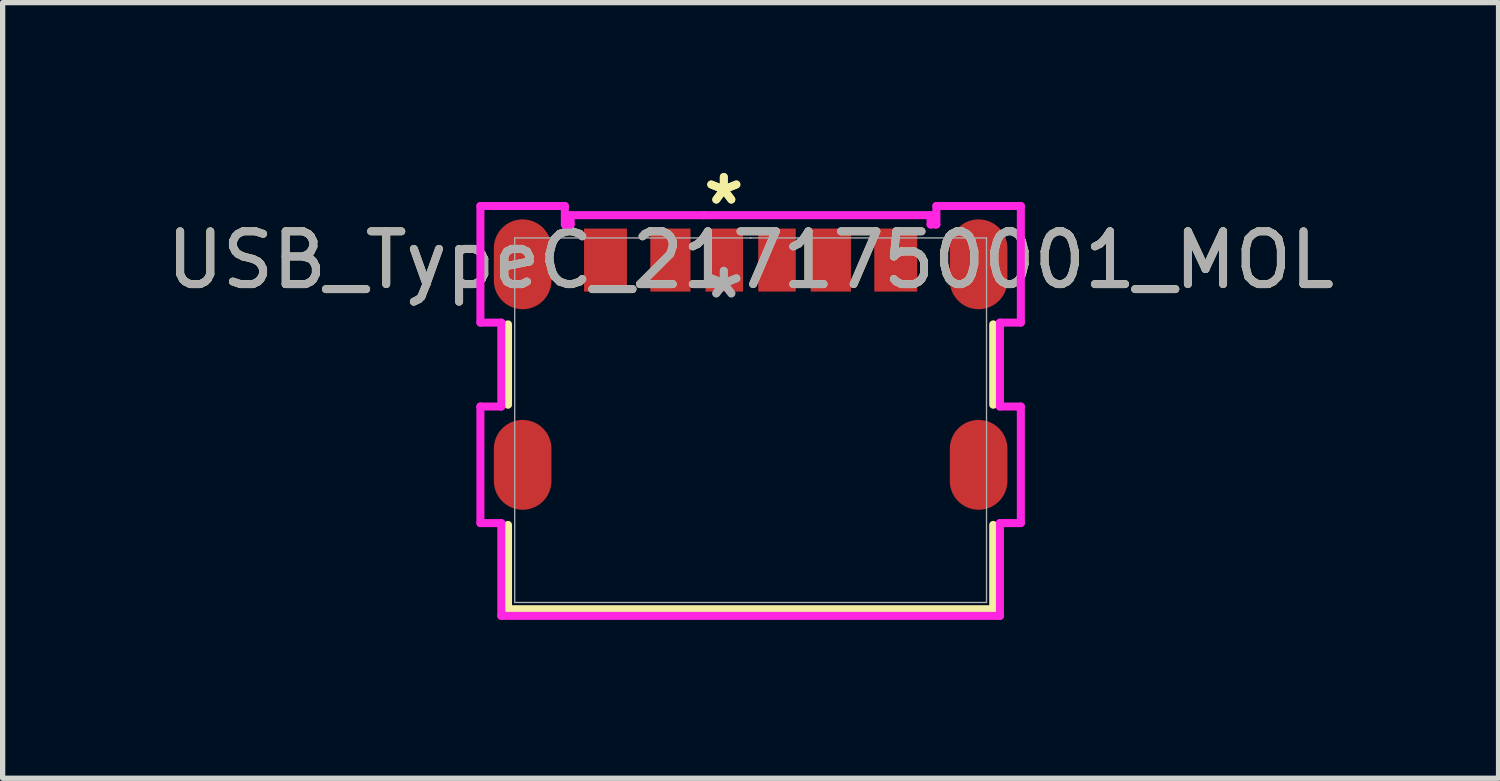
<source format=kicad_pcb>
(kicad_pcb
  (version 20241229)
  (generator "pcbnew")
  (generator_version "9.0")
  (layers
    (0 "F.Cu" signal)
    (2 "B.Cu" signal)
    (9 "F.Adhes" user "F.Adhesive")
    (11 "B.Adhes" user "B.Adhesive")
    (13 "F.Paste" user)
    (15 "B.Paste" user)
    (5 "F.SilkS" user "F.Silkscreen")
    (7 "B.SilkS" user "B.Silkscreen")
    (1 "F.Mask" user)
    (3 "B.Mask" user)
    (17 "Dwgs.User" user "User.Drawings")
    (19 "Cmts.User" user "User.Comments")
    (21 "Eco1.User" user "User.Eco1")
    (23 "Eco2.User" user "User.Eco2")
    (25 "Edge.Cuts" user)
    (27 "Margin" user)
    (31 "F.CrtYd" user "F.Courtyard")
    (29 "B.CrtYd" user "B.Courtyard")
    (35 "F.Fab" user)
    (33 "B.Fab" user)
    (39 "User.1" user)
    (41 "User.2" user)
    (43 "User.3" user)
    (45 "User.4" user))
  (footprint "USB_TypeC_2171750001_MOL"
    (layer "F.Cu")
    (at 11.173 4.912)
    (property "Reference" "USB_TypeC_2171750001_MOL" (at 0 -3.034 0) (unlocked yes) (layer "F.SilkS") (effects (font (size 1 1) (thickness 0.15))))
    (attr smd)
    (fp_line (start -4.597 -1.816) (end -4.597 -0.293) (stroke (width 0.152) (type solid)) (layer "F.SilkS"))
    (fp_line (start -4.597 1.984) (end -4.597 3.581) (stroke (width 0.152) (type solid)) (layer "F.SilkS"))
    (fp_line (start -4.597 3.581) (end 4.597 3.581) (stroke (width 0.152) (type solid)) (layer "F.SilkS"))
    (fp_line (start 4.597 -0.293) (end 4.597 -1.816) (stroke (width 0.152) (type solid)) (layer "F.SilkS"))
    (fp_line (start 4.597 3.581) (end 4.597 1.984) (stroke (width 0.152) (type solid)) (layer "F.SilkS"))
    (fp_line (start -5.12 -4.059) (end -5.12 -1.849) (stroke (width 0.152) (type solid)) (layer "F.CrtYd"))
    (fp_line (start -5.12 -1.849) (end -4.724 -1.849) (stroke (width 0.152) (type solid)) (layer "F.CrtYd"))
    (fp_line (start -5.12 -0.259) (end -5.12 1.95) (stroke (width 0.152) (type solid)) (layer "F.CrtYd"))
    (fp_line (start -5.12 1.95) (end -4.724 1.95) (stroke (width 0.152) (type solid)) (layer "F.CrtYd"))
    (fp_line (start -4.724 -1.849) (end -4.724 -0.259) (stroke (width 0.152) (type solid)) (layer "F.CrtYd"))
    (fp_line (start -4.724 -0.259) (end -5.12 -0.259) (stroke (width 0.152) (type solid)) (layer "F.CrtYd"))
    (fp_line (start -4.724 1.95) (end -4.724 3.708) (stroke (width 0.152) (type solid)) (layer "F.CrtYd"))
    (fp_line (start -4.724 3.708) (end 4.724 3.708) (stroke (width 0.152) (type solid)) (layer "F.CrtYd"))
    (fp_line (start -3.52 -4.059) (end -5.12 -4.059) (stroke (width 0.152) (type solid)) (layer "F.CrtYd"))
    (fp_line (start -3.52 -3.708) (end -3.52 -4.059) (stroke (width 0.152) (type solid)) (layer "F.CrtYd"))
    (fp_line (start -3.41 -3.885) (end -3.41 -3.708) (stroke (width 0.152) (type solid)) (layer "F.CrtYd"))
    (fp_line (start -3.41 -3.708) (end -3.52 -3.708) (stroke (width 0.152) (type solid)) (layer "F.CrtYd"))
    (fp_line (start -0.885 -3.885) (end -0.885 -3.885) (stroke (width 0.152) (type solid)) (layer "F.CrtYd"))
    (fp_line (start -0.885 -3.885) (end -3.41 -3.885) (stroke (width 0.152) (type solid)) (layer "F.CrtYd"))
    (fp_line (start 3.41 -3.885) (end -0.885 -3.885) (stroke (width 0.152) (type solid)) (layer "F.CrtYd"))
    (fp_line (start 3.41 -3.708) (end 3.41 -3.885) (stroke (width 0.152) (type solid)) (layer "F.CrtYd"))
    (fp_line (start 3.52 -4.059) (end 3.52 -3.708) (stroke (width 0.152) (type solid)) (layer "F.CrtYd"))
    (fp_line (start 3.52 -3.708) (end 3.41 -3.708) (stroke (width 0.152) (type solid)) (layer "F.CrtYd"))
    (fp_line (start 4.724 -1.849) (end 5.12 -1.849) (stroke (width 0.152) (type solid)) (layer "F.CrtYd"))
    (fp_line (start 4.724 -0.259) (end 4.724 -1.849) (stroke (width 0.152) (type solid)) (layer "F.CrtYd"))
    (fp_line (start 4.724 1.95) (end 5.12 1.95) (stroke (width 0.152) (type solid)) (layer "F.CrtYd"))
    (fp_line (start 4.724 3.708) (end 4.724 1.95) (stroke (width 0.152) (type solid)) (layer "F.CrtYd"))
    (fp_line (start 5.12 -4.059) (end 3.52 -4.059) (stroke (width 0.152) (type solid)) (layer "F.CrtYd"))
    (fp_line (start 5.12 -1.849) (end 5.12 -4.059) (stroke (width 0.152) (type solid)) (layer "F.CrtYd"))
    (fp_line (start 5.12 -0.259) (end 4.724 -0.259) (stroke (width 0.152) (type solid)) (layer "F.CrtYd"))
    (fp_line (start 5.12 1.95) (end 5.12 -0.259) (stroke (width 0.152) (type solid)) (layer "F.CrtYd"))
    (fp_line (start -4.47 -3.454) (end -4.47 3.454) (stroke (width 0.025) (type solid)) (layer "F.Fab"))
    (fp_line (start -4.47 3.454) (end 4.47 3.454) (stroke (width 0.025) (type solid)) (layer "F.Fab"))
    (fp_line (start 0 -3.454) (end 0 -3.454) (stroke (width 0.025) (type solid)) (layer "F.Fab"))
    (fp_line (start 0 -3.454) (end 0 -3.454) (stroke (width 0.025) (type solid)) (layer "F.Fab"))
    (fp_line (start 0 -3.454) (end 0 -3.454) (stroke (width 0.025) (type solid)) (layer "F.Fab"))
    (fp_line (start 0 -3.454) (end 0 -3.454) (stroke (width 0.025) (type solid)) (layer "F.Fab"))
    (fp_line (start 4.47 -3.454) (end -4.47 -3.454) (stroke (width 0.025) (type solid)) (layer "F.Fab"))
    (fp_line (start 4.47 3.454) (end 4.47 -3.454) (stroke (width 0.025) (type solid)) (layer "F.Fab"))
    (fp_text user "*" (at -0.508 -4.064 0) (layer "F.SilkS") (effects (font (size 1 1) (thickness 0.15))))
    (fp_text user "*" (at -0.508 -4.064 0) (unlocked yes) (layer "F.SilkS") (effects (font (size 1 1) (thickness 0.15))))
    (fp_text user "*" (at -0.508 -2.286 0) (unlocked yes) (layer "F.Fab") (effects (font (size 1 1) (thickness 0.15))))
    (fp_text user "${REFERENCE}" (at 0 -3.034 0) (unlocked yes) (layer "F.Fab") (effects (font (size 1 1) (thickness 0.15))))
    (fp_text user "*" (at -0.508 -2.286 0) (layer "F.Fab") (effects (font (size 1 1) (thickness 0.15))))
    (pad "7" smd oval (at -4.32 -2.954) (size 1.092 1.702) (layers "F.Cu" "F.Mask" "F.Paste"))
    (pad "8" smd oval (at 4.32 -2.954) (size 1.092 1.702) (layers "F.Cu" "F.Mask" "F.Paste"))
    (pad "9" smd oval (at -4.32 0.846) (size 1.092 1.702) (layers "F.Cu" "F.Mask" "F.Paste"))
    (pad "10" smd oval (at 4.32 0.846) (size 1.092 1.702) (layers "F.Cu" "F.Mask" "F.Paste"))
    (pad "A5" smd rect (at -0.5 -3.034) (size 0.711 1.194) (layers "F.Cu" "F.Mask" "F.Paste"))
    (pad "A9" smd rect (at 1.52 -3.034) (size 0.762 1.194) (layers "F.Cu" "F.Mask" "F.Paste"))
    (pad "A12" smd rect (at 2.75 -3.034) (size 0.813 1.194) (layers "F.Cu" "F.Mask" "F.Paste"))
    (pad "B5" smd rect (at 0.5 -3.034) (size 0.711 1.194) (layers "F.Cu" "F.Mask" "F.Paste"))
    (pad "B9" smd rect (at -1.52 -3.034) (size 0.762 1.194) (layers "F.Cu" "F.Mask" "F.Paste"))
    (pad "B12" smd rect (at -2.75 -3.034) (size 0.813 1.194) (layers "F.Cu" "F.Mask" "F.Paste")))
  (gr_rect
    (start -3 -3)
    (end 25.345 11.697)
    (stroke (width 0.1) (type default))
    (fill no)
    (layer "Edge.Cuts")))
</source>
